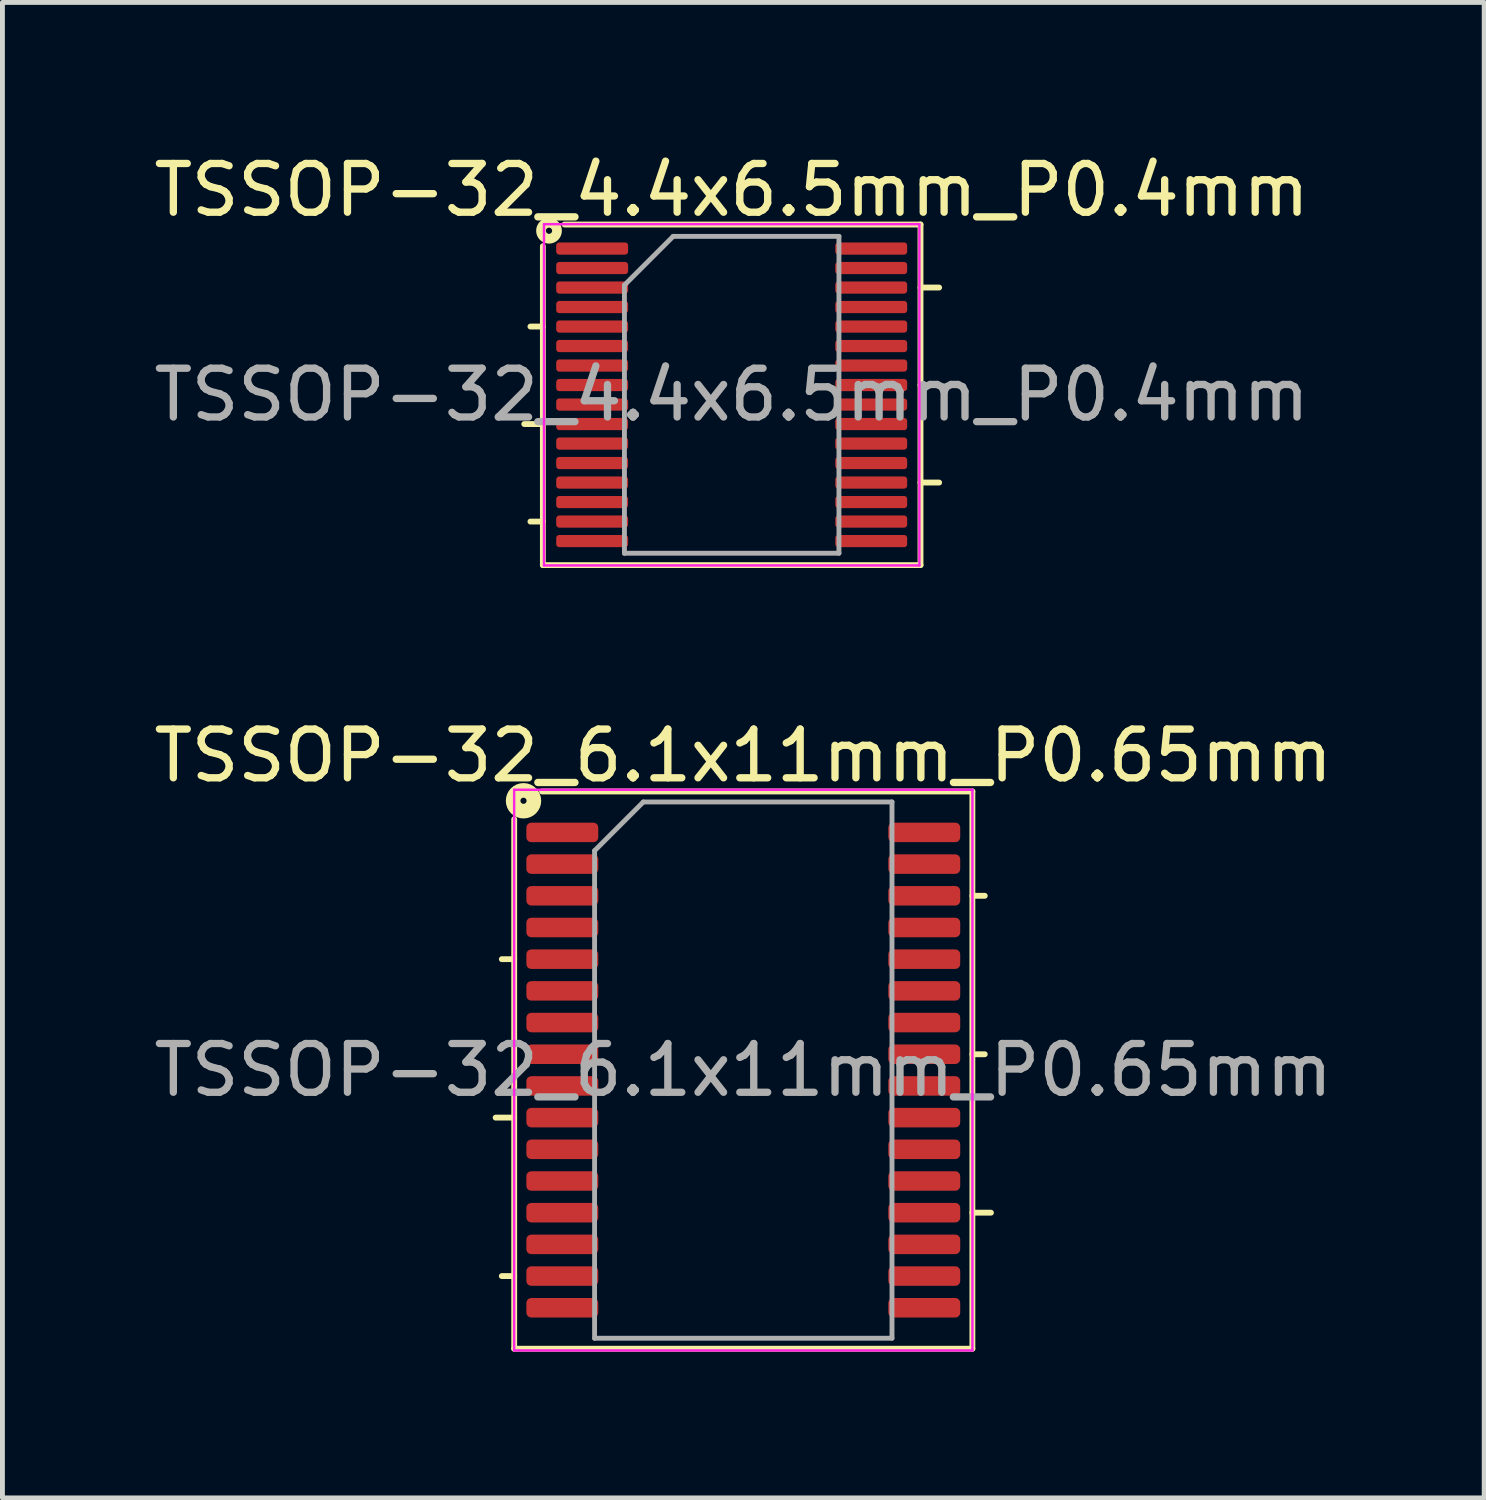
<source format=kicad_pcb>
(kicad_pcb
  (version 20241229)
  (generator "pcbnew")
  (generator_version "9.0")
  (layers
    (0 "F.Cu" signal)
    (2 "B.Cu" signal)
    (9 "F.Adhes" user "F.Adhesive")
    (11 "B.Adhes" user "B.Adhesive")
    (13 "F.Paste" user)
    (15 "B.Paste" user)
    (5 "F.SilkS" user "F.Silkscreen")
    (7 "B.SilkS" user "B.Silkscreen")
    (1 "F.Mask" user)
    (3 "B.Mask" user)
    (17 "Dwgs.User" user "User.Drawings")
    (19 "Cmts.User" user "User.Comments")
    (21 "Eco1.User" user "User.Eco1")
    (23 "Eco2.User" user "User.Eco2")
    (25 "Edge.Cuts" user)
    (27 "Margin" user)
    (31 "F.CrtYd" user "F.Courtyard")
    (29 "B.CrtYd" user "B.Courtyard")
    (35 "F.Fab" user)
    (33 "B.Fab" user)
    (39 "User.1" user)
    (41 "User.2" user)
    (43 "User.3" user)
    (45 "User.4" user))
  (footprint "TSSOP-32_6.1x11mm_P0.65mm"
    (layer "F.Cu")
    (at 12.196 18.899)
    (property "Reference" "TSSOP-32_6.1x11mm_P0.65mm" (at 0 -6.45 0) (layer "F.SilkS") (effects (font (size 1 1) (thickness 0.15))))
    (attr smd)
    (fp_line (start -4.699 -5.144) (end -4.699 5.715) (stroke (width 0.12) (type solid)) (layer "F.SilkS"))
    (fp_line (start -4.699 -2.275) (end -4.953 -2.275) (stroke (width 0.12) (type solid)) (layer "F.SilkS"))
    (fp_line (start -4.699 0.975) (end -5.08 0.975) (stroke (width 0.12) (type solid)) (layer "F.SilkS"))
    (fp_line (start -4.699 4.225) (end -4.953 4.225) (stroke (width 0.12) (type solid)) (layer "F.SilkS"))
    (fp_line (start -4.699 5.715) (end 4.699 5.715) (stroke (width 0.12) (type solid)) (layer "F.SilkS"))
    (fp_line (start 4.699 -5.715) (end -4.128 -5.715) (stroke (width 0.12) (type solid)) (layer "F.SilkS"))
    (fp_line (start 4.699 -3.575) (end 4.953 -3.575) (stroke (width 0.12) (type solid)) (layer "F.SilkS"))
    (fp_line (start 4.699 -0.325) (end 4.953 -0.325) (stroke (width 0.12) (type solid)) (layer "F.SilkS"))
    (fp_line (start 4.699 2.925) (end 5.08 2.925) (stroke (width 0.12) (type solid)) (layer "F.SilkS"))
    (fp_line (start 4.699 5.715) (end 4.699 -5.715) (stroke (width 0.12) (type solid)) (layer "F.SilkS"))
    (fp_circle (center -4.508 -5.524) (end -4.445 -5.524) (stroke (width 0.3) (type solid)) (fill no) (layer "F.SilkS"))
    (fp_line (start -4.7 -5.75) (end -4.7 5.75) (stroke (width 0.05) (type solid)) (layer "F.CrtYd"))
    (fp_line (start -4.7 5.75) (end 4.7 5.75) (stroke (width 0.05) (type solid)) (layer "F.CrtYd"))
    (fp_line (start 4.7 -5.75) (end -4.7 -5.75) (stroke (width 0.05) (type solid)) (layer "F.CrtYd"))
    (fp_line (start 4.7 5.75) (end 4.7 -5.75) (stroke (width 0.05) (type solid)) (layer "F.CrtYd"))
    (fp_line (start -3.05 -4.5) (end -2.05 -5.5) (stroke (width 0.1) (type solid)) (layer "F.Fab"))
    (fp_line (start -3.05 5.5) (end -3.05 -4.5) (stroke (width 0.1) (type solid)) (layer "F.Fab"))
    (fp_line (start -2.05 -5.5) (end 3.05 -5.5) (stroke (width 0.1) (type solid)) (layer "F.Fab"))
    (fp_line (start 3.05 -5.5) (end 3.05 5.5) (stroke (width 0.1) (type solid)) (layer "F.Fab"))
    (fp_line (start 3.05 5.5) (end -3.05 5.5) (stroke (width 0.1) (type solid)) (layer "F.Fab"))
    (fp_text user "${REFERENCE}" (at 0 0 0) (layer "F.Fab") (effects (font (size 1 1) (thickness 0.15))))
    (pad "1" smd roundrect (at -3.712 -4.875) (size 1.475 0.4) (layers "F.Cu" "F.Mask" "F.Paste") (roundrect_rratio 0.25))
    (pad "2" smd roundrect (at -3.712 -4.225) (size 1.475 0.4) (layers "F.Cu" "F.Mask" "F.Paste") (roundrect_rratio 0.25))
    (pad "3" smd roundrect (at -3.712 -3.575) (size 1.475 0.4) (layers "F.Cu" "F.Mask" "F.Paste") (roundrect_rratio 0.25))
    (pad "4" smd roundrect (at -3.712 -2.925) (size 1.475 0.4) (layers "F.Cu" "F.Mask" "F.Paste") (roundrect_rratio 0.25))
    (pad "5" smd roundrect (at -3.712 -2.275) (size 1.475 0.4) (layers "F.Cu" "F.Mask" "F.Paste") (roundrect_rratio 0.25))
    (pad "6" smd roundrect (at -3.712 -1.625) (size 1.475 0.4) (layers "F.Cu" "F.Mask" "F.Paste") (roundrect_rratio 0.25))
    (pad "7" smd roundrect (at -3.712 -0.975) (size 1.475 0.4) (layers "F.Cu" "F.Mask" "F.Paste") (roundrect_rratio 0.25))
    (pad "8" smd roundrect (at -3.712 -0.325) (size 1.475 0.4) (layers "F.Cu" "F.Mask" "F.Paste") (roundrect_rratio 0.25))
    (pad "9" smd roundrect (at -3.712 0.325) (size 1.475 0.4) (layers "F.Cu" "F.Mask" "F.Paste") (roundrect_rratio 0.25))
    (pad "10" smd roundrect (at -3.712 0.975) (size 1.475 0.4) (layers "F.Cu" "F.Mask" "F.Paste") (roundrect_rratio 0.25))
    (pad "11" smd roundrect (at -3.712 1.625) (size 1.475 0.4) (layers "F.Cu" "F.Mask" "F.Paste") (roundrect_rratio 0.25))
    (pad "12" smd roundrect (at -3.712 2.275) (size 1.475 0.4) (layers "F.Cu" "F.Mask" "F.Paste") (roundrect_rratio 0.25))
    (pad "13" smd roundrect (at -3.712 2.925) (size 1.475 0.4) (layers "F.Cu" "F.Mask" "F.Paste") (roundrect_rratio 0.25))
    (pad "14" smd roundrect (at -3.712 3.575) (size 1.475 0.4) (layers "F.Cu" "F.Mask" "F.Paste") (roundrect_rratio 0.25))
    (pad "15" smd roundrect (at -3.712 4.225) (size 1.475 0.4) (layers "F.Cu" "F.Mask" "F.Paste") (roundrect_rratio 0.25))
    (pad "16" smd roundrect (at -3.712 4.875) (size 1.475 0.4) (layers "F.Cu" "F.Mask" "F.Paste") (roundrect_rratio 0.25))
    (pad "17" smd roundrect (at 3.712 4.875) (size 1.475 0.4) (layers "F.Cu" "F.Mask" "F.Paste") (roundrect_rratio 0.25))
    (pad "18" smd roundrect (at 3.712 4.225) (size 1.475 0.4) (layers "F.Cu" "F.Mask" "F.Paste") (roundrect_rratio 0.25))
    (pad "19" smd roundrect (at 3.712 3.575) (size 1.475 0.4) (layers "F.Cu" "F.Mask" "F.Paste") (roundrect_rratio 0.25))
    (pad "20" smd roundrect (at 3.712 2.925) (size 1.475 0.4) (layers "F.Cu" "F.Mask" "F.Paste") (roundrect_rratio 0.25))
    (pad "21" smd roundrect (at 3.712 2.275) (size 1.475 0.4) (layers "F.Cu" "F.Mask" "F.Paste") (roundrect_rratio 0.25))
    (pad "22" smd roundrect (at 3.712 1.625) (size 1.475 0.4) (layers "F.Cu" "F.Mask" "F.Paste") (roundrect_rratio 0.25))
    (pad "23" smd roundrect (at 3.712 0.975) (size 1.475 0.4) (layers "F.Cu" "F.Mask" "F.Paste") (roundrect_rratio 0.25))
    (pad "24" smd roundrect (at 3.712 0.325) (size 1.475 0.4) (layers "F.Cu" "F.Mask" "F.Paste") (roundrect_rratio 0.25))
    (pad "25" smd roundrect (at 3.712 -0.325) (size 1.475 0.4) (layers "F.Cu" "F.Mask" "F.Paste") (roundrect_rratio 0.25))
    (pad "26" smd roundrect (at 3.712 -0.975) (size 1.475 0.4) (layers "F.Cu" "F.Mask" "F.Paste") (roundrect_rratio 0.25))
    (pad "27" smd roundrect (at 3.712 -1.625) (size 1.475 0.4) (layers "F.Cu" "F.Mask" "F.Paste") (roundrect_rratio 0.25))
    (pad "28" smd roundrect (at 3.712 -2.275) (size 1.475 0.4) (layers "F.Cu" "F.Mask" "F.Paste") (roundrect_rratio 0.25))
    (pad "29" smd roundrect (at 3.712 -2.925) (size 1.475 0.4) (layers "F.Cu" "F.Mask" "F.Paste") (roundrect_rratio 0.25))
    (pad "30" smd roundrect (at 3.712 -3.575) (size 1.475 0.4) (layers "F.Cu" "F.Mask" "F.Paste") (roundrect_rratio 0.25))
    (pad "31" smd roundrect (at 3.712 -4.225) (size 1.475 0.4) (layers "F.Cu" "F.Mask" "F.Paste") (roundrect_rratio 0.25))
    (pad "32" smd roundrect (at 3.712 -4.875) (size 1.475 0.4) (layers "F.Cu" "F.Mask" "F.Paste") (roundrect_rratio 0.25)))
  (footprint "TSSOP-32_4.4x6.5mm_P0.4mm"
    (layer "F.Cu")
    (at 11.958 5.048)
    (property "Reference" "TSSOP-32_4.4x6.5mm_P0.4mm" (at 0 -4.2 0) (layer "F.SilkS") (effects (font (size 1 1) (thickness 0.15))))
    (attr smd)
    (fp_line (start -4.255 0.6) (end -3.873 0.6) (stroke (width 0.12) (type solid)) (layer "F.SilkS"))
    (fp_line (start -4.128 -1.4) (end -3.873 -1.4) (stroke (width 0.12) (type solid)) (layer "F.SilkS"))
    (fp_line (start -4.128 2.6) (end -3.873 2.6) (stroke (width 0.12) (type solid)) (layer "F.SilkS"))
    (fp_line (start -3.873 -3.048) (end -3.873 3.493) (stroke (width 0.12) (type solid)) (layer "F.SilkS"))
    (fp_line (start -3.873 3.493) (end 3.873 3.493) (stroke (width 0.12) (type solid)) (layer "F.SilkS"))
    (fp_line (start 3.873 -3.493) (end -3.429 -3.493) (stroke (width 0.12) (type solid)) (layer "F.SilkS"))
    (fp_line (start 3.873 -2.2) (end 4.255 -2.2) (stroke (width 0.12) (type solid)) (layer "F.SilkS"))
    (fp_line (start 3.873 -0.2) (end 4.128 -0.2) (stroke (width 0.12) (type solid)) (layer "F.SilkS"))
    (fp_line (start 3.873 1.8) (end 4.255 1.8) (stroke (width 0.12) (type solid)) (layer "F.SilkS"))
    (fp_line (start 3.873 3.493) (end 3.873 -3.493) (stroke (width 0.12) (type solid)) (layer "F.SilkS"))
    (fp_circle (center -3.747 -3.365) (end -3.683 -3.365) (stroke (width 0.2) (type solid)) (fill no) (layer "F.SilkS"))
    (fp_line (start -3.85 -3.5) (end -3.85 3.5) (stroke (width 0.05) (type solid)) (layer "F.CrtYd"))
    (fp_line (start -3.85 3.5) (end 3.85 3.5) (stroke (width 0.05) (type solid)) (layer "F.CrtYd"))
    (fp_line (start 3.85 -3.5) (end -3.85 -3.5) (stroke (width 0.05) (type solid)) (layer "F.CrtYd"))
    (fp_line (start 3.85 3.5) (end 3.85 -3.5) (stroke (width 0.05) (type solid)) (layer "F.CrtYd"))
    (fp_line (start -2.2 -2.25) (end -1.2 -3.25) (stroke (width 0.1) (type solid)) (layer "F.Fab"))
    (fp_line (start -2.2 3.25) (end -2.2 -2.25) (stroke (width 0.1) (type solid)) (layer "F.Fab"))
    (fp_line (start -1.2 -3.25) (end 2.2 -3.25) (stroke (width 0.1) (type solid)) (layer "F.Fab"))
    (fp_line (start 2.2 -3.25) (end 2.2 3.25) (stroke (width 0.1) (type solid)) (layer "F.Fab"))
    (fp_line (start 2.2 3.25) (end -2.2 3.25) (stroke (width 0.1) (type solid)) (layer "F.Fab"))
    (fp_text user "${REFERENCE}" (at 0 0 0) (layer "F.Fab") (effects (font (size 1 1) (thickness 0.15))))
    (pad "1" smd roundrect (at -2.862 -3) (size 1.475 0.25) (layers "F.Cu" "F.Mask" "F.Paste") (roundrect_rratio 0.25))
    (pad "2" smd roundrect (at -2.862 -2.6) (size 1.475 0.25) (layers "F.Cu" "F.Mask" "F.Paste") (roundrect_rratio 0.25))
    (pad "3" smd roundrect (at -2.862 -2.2) (size 1.475 0.25) (layers "F.Cu" "F.Mask" "F.Paste") (roundrect_rratio 0.25))
    (pad "4" smd roundrect (at -2.862 -1.8) (size 1.475 0.25) (layers "F.Cu" "F.Mask" "F.Paste") (roundrect_rratio 0.25))
    (pad "5" smd roundrect (at -2.862 -1.4) (size 1.475 0.25) (layers "F.Cu" "F.Mask" "F.Paste") (roundrect_rratio 0.25))
    (pad "6" smd roundrect (at -2.862 -1) (size 1.475 0.25) (layers "F.Cu" "F.Mask" "F.Paste") (roundrect_rratio 0.25))
    (pad "7" smd roundrect (at -2.862 -0.6) (size 1.475 0.25) (layers "F.Cu" "F.Mask" "F.Paste") (roundrect_rratio 0.25))
    (pad "8" smd roundrect (at -2.862 -0.2) (size 1.475 0.25) (layers "F.Cu" "F.Mask" "F.Paste") (roundrect_rratio 0.25))
    (pad "9" smd roundrect (at -2.862 0.2) (size 1.475 0.25) (layers "F.Cu" "F.Mask" "F.Paste") (roundrect_rratio 0.25))
    (pad "10" smd roundrect (at -2.862 0.6) (size 1.475 0.25) (layers "F.Cu" "F.Mask" "F.Paste") (roundrect_rratio 0.25))
    (pad "11" smd roundrect (at -2.862 1) (size 1.475 0.25) (layers "F.Cu" "F.Mask" "F.Paste") (roundrect_rratio 0.25))
    (pad "12" smd roundrect (at -2.862 1.4) (size 1.475 0.25) (layers "F.Cu" "F.Mask" "F.Paste") (roundrect_rratio 0.25))
    (pad "13" smd roundrect (at -2.862 1.8) (size 1.475 0.25) (layers "F.Cu" "F.Mask" "F.Paste") (roundrect_rratio 0.25))
    (pad "14" smd roundrect (at -2.862 2.2) (size 1.475 0.25) (layers "F.Cu" "F.Mask" "F.Paste") (roundrect_rratio 0.25))
    (pad "15" smd roundrect (at -2.862 2.6) (size 1.475 0.25) (layers "F.Cu" "F.Mask" "F.Paste") (roundrect_rratio 0.25))
    (pad "16" smd roundrect (at -2.862 3) (size 1.475 0.25) (layers "F.Cu" "F.Mask" "F.Paste") (roundrect_rratio 0.25))
    (pad "17" smd roundrect (at 2.862 3) (size 1.475 0.25) (layers "F.Cu" "F.Mask" "F.Paste") (roundrect_rratio 0.25))
    (pad "18" smd roundrect (at 2.862 2.6) (size 1.475 0.25) (layers "F.Cu" "F.Mask" "F.Paste") (roundrect_rratio 0.25))
    (pad "19" smd roundrect (at 2.862 2.2) (size 1.475 0.25) (layers "F.Cu" "F.Mask" "F.Paste") (roundrect_rratio 0.25))
    (pad "20" smd roundrect (at 2.862 1.8) (size 1.475 0.25) (layers "F.Cu" "F.Mask" "F.Paste") (roundrect_rratio 0.25))
    (pad "21" smd roundrect (at 2.862 1.4) (size 1.475 0.25) (layers "F.Cu" "F.Mask" "F.Paste") (roundrect_rratio 0.25))
    (pad "22" smd roundrect (at 2.862 1) (size 1.475 0.25) (layers "F.Cu" "F.Mask" "F.Paste") (roundrect_rratio 0.25))
    (pad "23" smd roundrect (at 2.862 0.6) (size 1.475 0.25) (layers "F.Cu" "F.Mask" "F.Paste") (roundrect_rratio 0.25))
    (pad "24" smd roundrect (at 2.862 0.2) (size 1.475 0.25) (layers "F.Cu" "F.Mask" "F.Paste") (roundrect_rratio 0.25))
    (pad "25" smd roundrect (at 2.862 -0.2) (size 1.475 0.25) (layers "F.Cu" "F.Mask" "F.Paste") (roundrect_rratio 0.25))
    (pad "26" smd roundrect (at 2.862 -0.6) (size 1.475 0.25) (layers "F.Cu" "F.Mask" "F.Paste") (roundrect_rratio 0.25))
    (pad "27" smd roundrect (at 2.862 -1) (size 1.475 0.25) (layers "F.Cu" "F.Mask" "F.Paste") (roundrect_rratio 0.25))
    (pad "28" smd roundrect (at 2.862 -1.4) (size 1.475 0.25) (layers "F.Cu" "F.Mask" "F.Paste") (roundrect_rratio 0.25))
    (pad "29" smd roundrect (at 2.862 -1.8) (size 1.475 0.25) (layers "F.Cu" "F.Mask" "F.Paste") (roundrect_rratio 0.25))
    (pad "30" smd roundrect (at 2.862 -2.2) (size 1.475 0.25) (layers "F.Cu" "F.Mask" "F.Paste") (roundrect_rratio 0.25))
    (pad "31" smd roundrect (at 2.862 -2.6) (size 1.475 0.25) (layers "F.Cu" "F.Mask" "F.Paste") (roundrect_rratio 0.25))
    (pad "32" smd roundrect (at 2.862 -3) (size 1.475 0.25) (layers "F.Cu" "F.Mask" "F.Paste") (roundrect_rratio 0.25)))
  (gr_rect
    (start -3 -3)
    (end 27.393 27.674)
    (stroke (width 0.1) (type default))
    (fill no)
    (layer "Edge.Cuts")))
</source>
